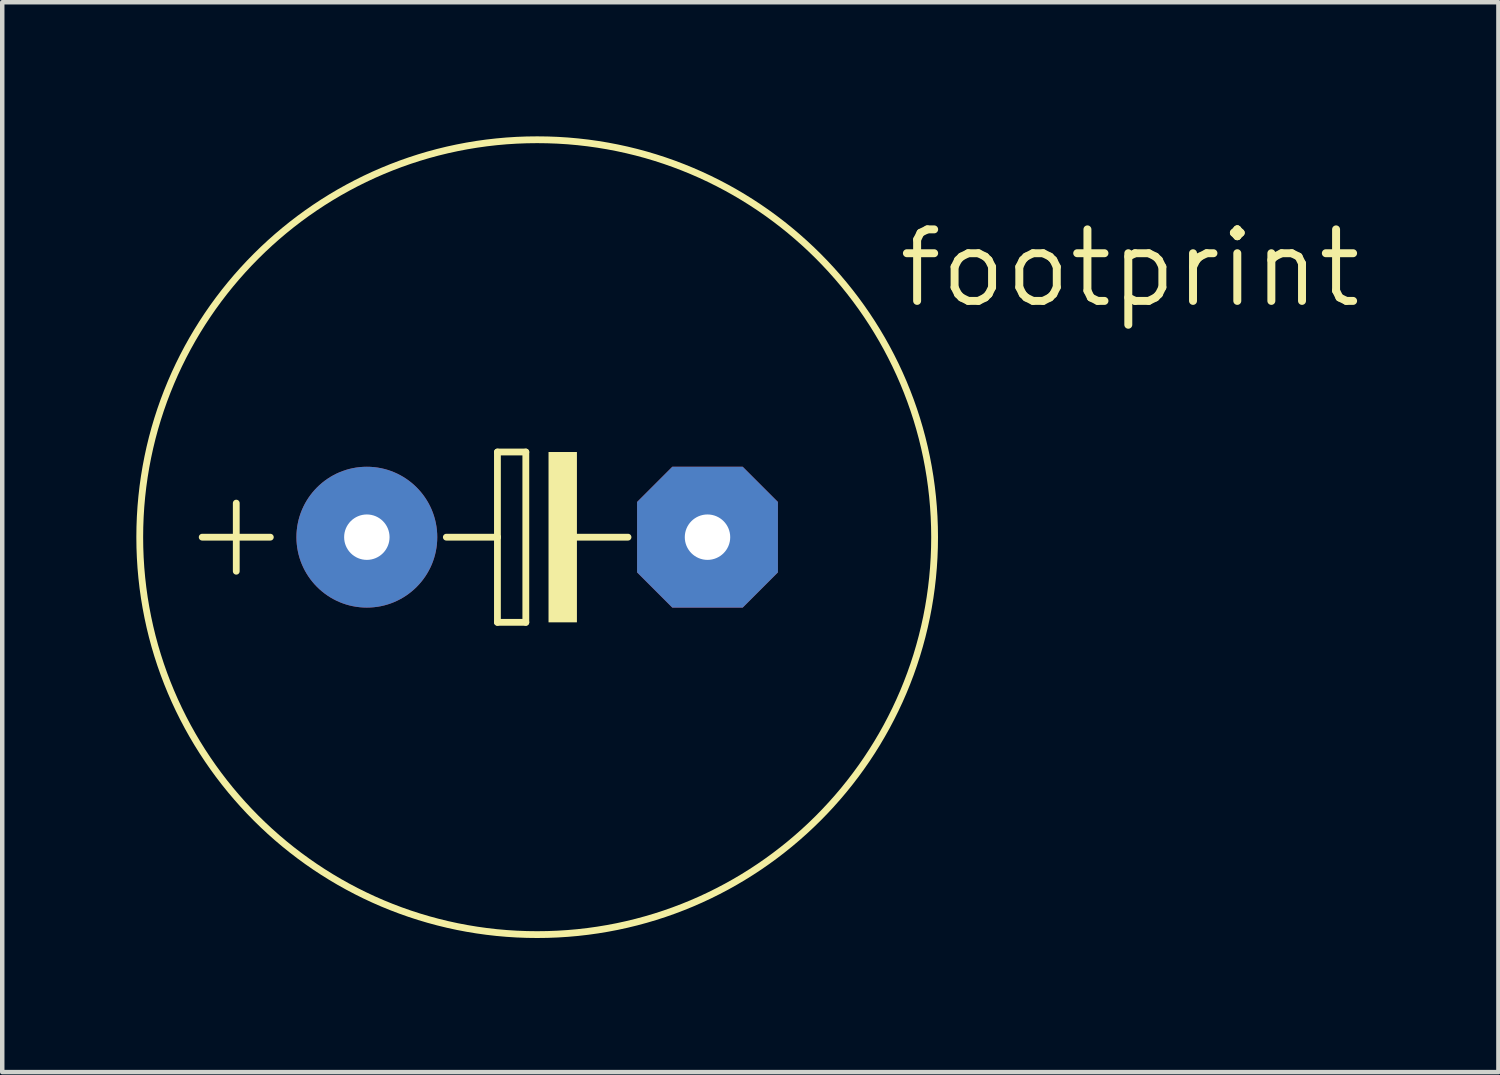
<source format=kicad_pcb>
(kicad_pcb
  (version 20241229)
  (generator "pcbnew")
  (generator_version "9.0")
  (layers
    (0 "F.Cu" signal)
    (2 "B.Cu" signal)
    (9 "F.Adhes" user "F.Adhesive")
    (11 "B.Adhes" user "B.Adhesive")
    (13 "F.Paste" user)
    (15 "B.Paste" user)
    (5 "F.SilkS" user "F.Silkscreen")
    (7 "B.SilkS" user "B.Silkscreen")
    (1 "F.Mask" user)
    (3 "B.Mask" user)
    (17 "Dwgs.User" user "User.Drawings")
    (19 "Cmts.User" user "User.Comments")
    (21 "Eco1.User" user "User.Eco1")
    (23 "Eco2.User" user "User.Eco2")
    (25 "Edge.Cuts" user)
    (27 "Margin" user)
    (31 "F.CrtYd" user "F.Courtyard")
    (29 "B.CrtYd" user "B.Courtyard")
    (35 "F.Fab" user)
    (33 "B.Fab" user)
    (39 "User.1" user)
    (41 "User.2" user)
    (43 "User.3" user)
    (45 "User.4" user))
  (footprint "footprint"
    (layer "F.Cu")
    (at 8.966 8.966)
    (property "Reference" "footprint" (at 8.001 -5.08 0) (layer "F.SilkS") (effects (font (size 1.6 1.6) (thickness 0.178)) (justify left bottom)))
    (fp_line (start -7.493 0) (end -5.969 0) (stroke (width 0.152) (type solid)) (layer "F.SilkS"))
    (fp_line (start -6.731 0.762) (end -6.731 -0.762) (stroke (width 0.152) (type solid)) (layer "F.SilkS"))
    (fp_line (start -0.889 -1.905) (end -0.889 0) (stroke (width 0.152) (type solid)) (layer "F.SilkS"))
    (fp_line (start -0.889 0) (end -2.032 0) (stroke (width 0.152) (type solid)) (layer "F.SilkS"))
    (fp_line (start -0.889 0) (end -0.889 1.905) (stroke (width 0.152) (type solid)) (layer "F.SilkS"))
    (fp_line (start -0.889 1.905) (end -0.254 1.905) (stroke (width 0.152) (type solid)) (layer "F.SilkS"))
    (fp_line (start -0.254 -1.905) (end -0.889 -1.905) (stroke (width 0.152) (type solid)) (layer "F.SilkS"))
    (fp_line (start -0.254 1.905) (end -0.254 -1.905) (stroke (width 0.152) (type solid)) (layer "F.SilkS"))
    (fp_line (start 0.635 0) (end 2.032 0) (stroke (width 0.152) (type solid)) (layer "F.SilkS"))
    (fp_circle (center 0 0) (end 8.89 0) (stroke (width 0.152) (type solid)) (fill no) (layer "F.SilkS"))
    (fp_poly (pts (xy 0.254 1.905) (xy 0.889 1.905) (xy 0.889 -1.905) (xy 0.254 -1.905)) (stroke (width 0) (type solid)) (fill yes) (layer "F.SilkS"))
    (pad "+" thru_hole circle (at -3.81 0) (size 3.15 3.15) (drill 1.016) (layers "*.Cu" "*.Mask"))
    (pad "-" thru_hole roundrect (at 3.81 0) (size 3.15 3.15) (drill 1.016) (layers "*.Cu" "*.Mask") (roundrect_rratio 0.25) (chamfer_ratio 0.25) (chamfer top_left top_right bottom_left bottom_right)))
  (gr_rect
    (start -3 -3)
    (end 30.468 20.932)
    (stroke (width 0.1) (type default))
    (fill no)
    (layer "Edge.Cuts")))
</source>
